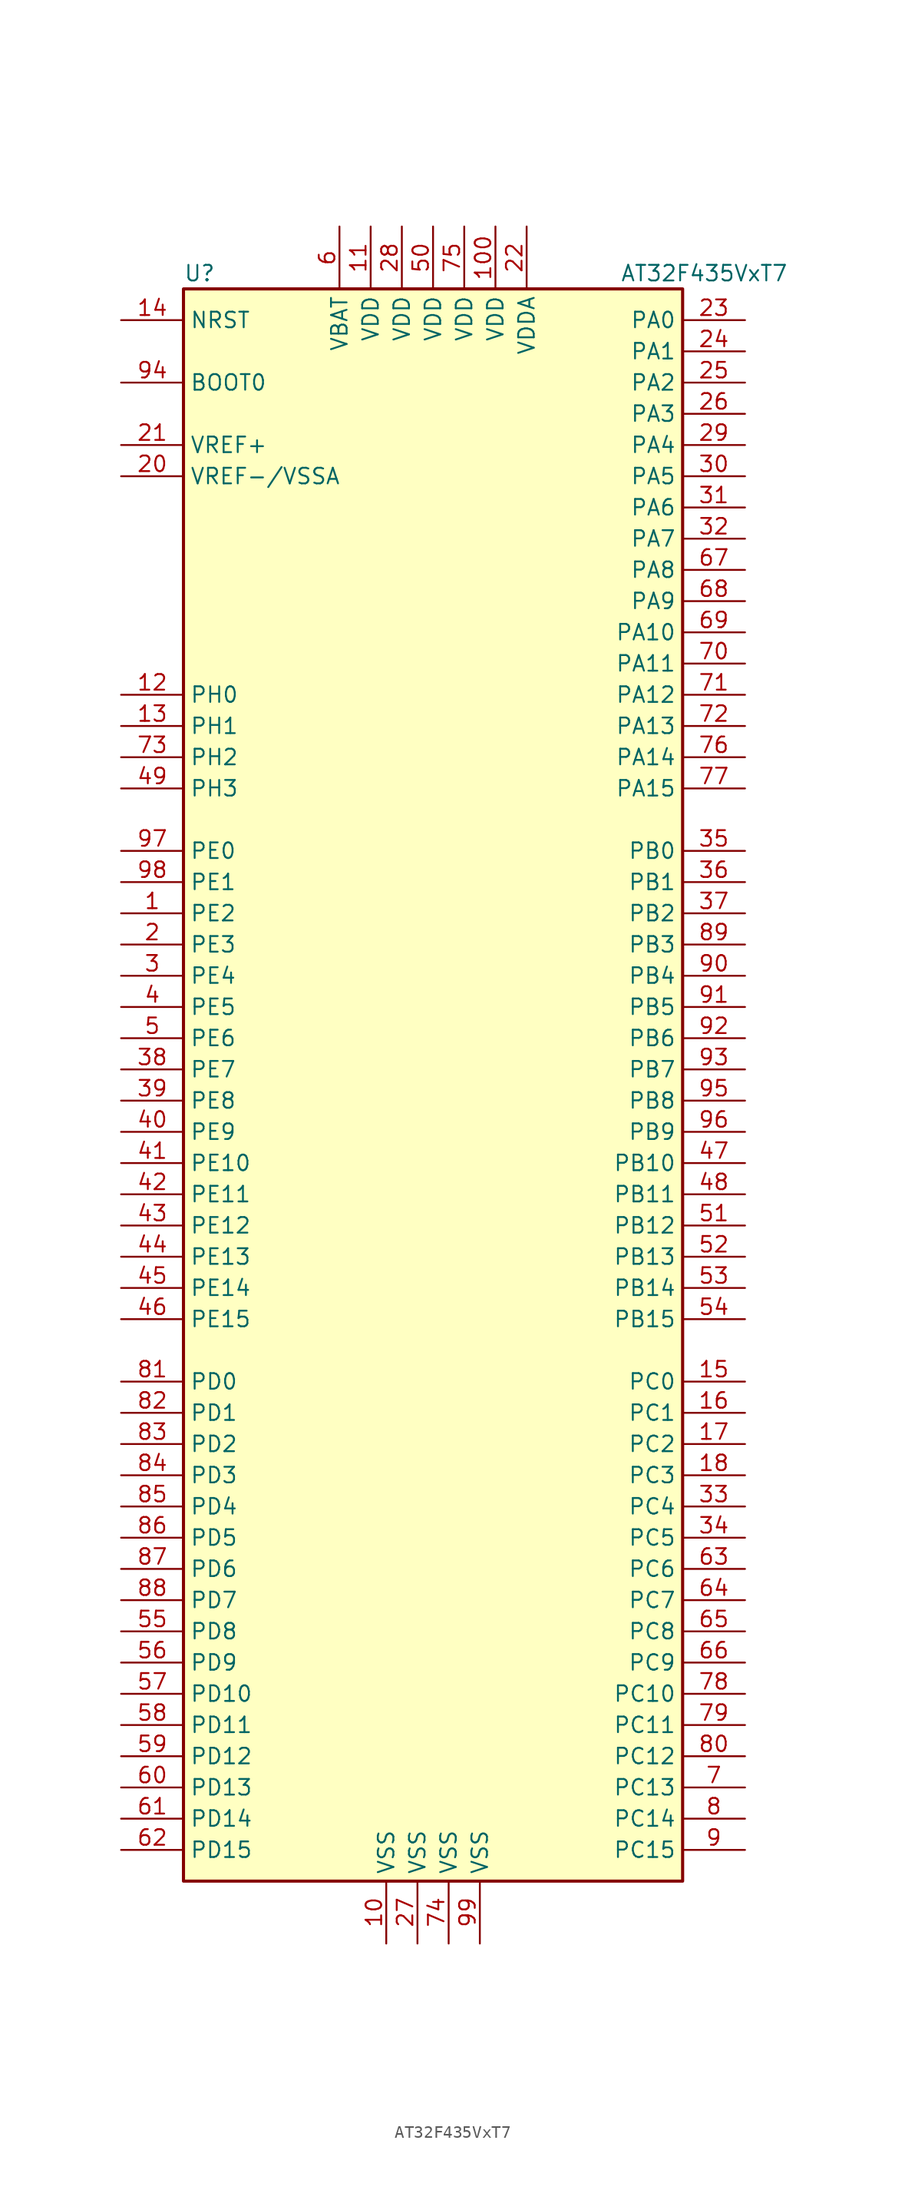
<source format=kicad_sym>
(kicad_symbol_lib
  (version 20220331)
  (generator kicad_symbol_editor)
  (symbol "AT32F435VxT7"
    (property "Reference" "U"
      (at -20.32 64.77 0)
      (effects (font (size 1.27 1.27)) (justify left)))
    (property "Value" "AT32F435VxT7"
      (at 15.24 64.77 0)
      (effects (font (size 1.27 1.27)) (justify left)))
    (symbol "AT32F435VxT7_0_1"
      (rectangle (start -20.32 63.5) (end 20.32 -66.04) (stroke (width 0.254) (type default)) (fill (type background))))
    (symbol "AT32F435VxT7_1_1"
      (pin bidirectional line (at -25.4 12.7 0) (length 5.08) (name "PE2" (effects (font (size 1.27 1.27)))) (number "1" (effects (font (size 1.27 1.27)))))
      (pin power_in line (at -3.81 -71.12 90) (length 5.08) (name "VSS" (effects (font (size 1.27 1.27)))) (number "10" (effects (font (size 1.27 1.27)))))
      (pin power_in line (at 5.08 68.58 270) (length 5.08) (name "VDD" (effects (font (size 1.27 1.27)))) (number "100" (effects (font (size 1.27 1.27)))))
      (pin power_in line (at -5.08 68.58 270) (length 5.08) (name "VDD" (effects (font (size 1.27 1.27)))) (number "11" (effects (font (size 1.27 1.27)))))
      (pin input line (at -25.4 30.48 0) (length 5.08) (name "PH0" (effects (font (size 1.27 1.27)))) (number "12" (effects (font (size 1.27 1.27)))))
      (pin input line (at -25.4 27.94 0) (length 5.08) (name "PH1" (effects (font (size 1.27 1.27)))) (number "13" (effects (font (size 1.27 1.27)))))
      (pin input line (at -25.4 60.96 0) (length 5.08) (name "NRST" (effects (font (size 1.27 1.27)))) (number "14" (effects (font (size 1.27 1.27)))))
      (pin bidirectional line (at 25.4 -25.4 180) (length 5.08) (name "PC0" (effects (font (size 1.27 1.27)))) (number "15" (effects (font (size 1.27 1.27)))))
      (pin bidirectional line (at 25.4 -27.94 180) (length 5.08) (name "PC1" (effects (font (size 1.27 1.27)))) (number "16" (effects (font (size 1.27 1.27)))))
      (pin bidirectional line (at 25.4 -30.48 180) (length 5.08) (name "PC2" (effects (font (size 1.27 1.27)))) (number "17" (effects (font (size 1.27 1.27)))))
      (pin bidirectional line (at 25.4 -33.02 180) (length 5.08) (name "PC3" (effects (font (size 1.27 1.27)))) (number "18" (effects (font (size 1.27 1.27)))))
      (pin no_connect line (at -25.4 38.1 0) (length 5.08) hide (name "NC" (effects (font (size 1.27 1.27)))) (number "19" (effects (font (size 1.27 1.27)))))
      (pin bidirectional line (at -25.4 10.16 0) (length 5.08) (name "PE3" (effects (font (size 1.27 1.27)))) (number "2" (effects (font (size 1.27 1.27)))))
      (pin power_in line (at -25.4 48.26 0) (length 5.08) (name "VREF-/VSSA" (effects (font (size 1.27 1.27)))) (number "20" (effects (font (size 1.27 1.27)))))
      (pin power_in line (at -25.4 50.8 0) (length 5.08) (name "VREF+" (effects (font (size 1.27 1.27)))) (number "21" (effects (font (size 1.27 1.27)))))
      (pin power_in line (at 7.62 68.58 270) (length 5.08) (name "VDDA" (effects (font (size 1.27 1.27)))) (number "22" (effects (font (size 1.27 1.27)))))
      (pin bidirectional line (at 25.4 60.96 180) (length 5.08) (name "PA0" (effects (font (size 1.27 1.27)))) (number "23" (effects (font (size 1.27 1.27)))))
      (pin bidirectional line (at 25.4 58.42 180) (length 5.08) (name "PA1" (effects (font (size 1.27 1.27)))) (number "24" (effects (font (size 1.27 1.27)))))
      (pin bidirectional line (at 25.4 55.88 180) (length 5.08) (name "PA2" (effects (font (size 1.27 1.27)))) (number "25" (effects (font (size 1.27 1.27)))))
      (pin bidirectional line (at 25.4 53.34 180) (length 5.08) (name "PA3" (effects (font (size 1.27 1.27)))) (number "26" (effects (font (size 1.27 1.27)))))
      (pin power_in line (at -1.27 -71.12 90) (length 5.08) (name "VSS" (effects (font (size 1.27 1.27)))) (number "27" (effects (font (size 1.27 1.27)))))
      (pin power_in line (at -2.54 68.58 270) (length 5.08) (name "VDD" (effects (font (size 1.27 1.27)))) (number "28" (effects (font (size 1.27 1.27)))))
      (pin bidirectional line (at 25.4 50.8 180) (length 5.08) (name "PA4" (effects (font (size 1.27 1.27)))) (number "29" (effects (font (size 1.27 1.27)))))
      (pin bidirectional line (at -25.4 7.62 0) (length 5.08) (name "PE4" (effects (font (size 1.27 1.27)))) (number "3" (effects (font (size 1.27 1.27)))))
      (pin bidirectional line (at 25.4 48.26 180) (length 5.08) (name "PA5" (effects (font (size 1.27 1.27)))) (number "30" (effects (font (size 1.27 1.27)))))
      (pin bidirectional line (at 25.4 45.72 180) (length 5.08) (name "PA6" (effects (font (size 1.27 1.27)))) (number "31" (effects (font (size 1.27 1.27)))))
      (pin bidirectional line (at 25.4 43.18 180) (length 5.08) (name "PA7" (effects (font (size 1.27 1.27)))) (number "32" (effects (font (size 1.27 1.27)))))
      (pin bidirectional line (at 25.4 -35.56 180) (length 5.08) (name "PC4" (effects (font (size 1.27 1.27)))) (number "33" (effects (font (size 1.27 1.27)))))
      (pin bidirectional line (at 25.4 -38.1 180) (length 5.08) (name "PC5" (effects (font (size 1.27 1.27)))) (number "34" (effects (font (size 1.27 1.27)))))
      (pin bidirectional line (at 25.4 17.78 180) (length 5.08) (name "PB0" (effects (font (size 1.27 1.27)))) (number "35" (effects (font (size 1.27 1.27)))))
      (pin bidirectional line (at 25.4 15.24 180) (length 5.08) (name "PB1" (effects (font (size 1.27 1.27)))) (number "36" (effects (font (size 1.27 1.27)))))
      (pin bidirectional line (at 25.4 12.7 180) (length 5.08) (name "PB2" (effects (font (size 1.27 1.27)))) (number "37" (effects (font (size 1.27 1.27)))))
      (pin bidirectional line (at -25.4 0 0) (length 5.08) (name "PE7" (effects (font (size 1.27 1.27)))) (number "38" (effects (font (size 1.27 1.27)))))
      (pin bidirectional line (at -25.4 -2.54 0) (length 5.08) (name "PE8" (effects (font (size 1.27 1.27)))) (number "39" (effects (font (size 1.27 1.27)))))
      (pin bidirectional line (at -25.4 5.08 0) (length 5.08) (name "PE5" (effects (font (size 1.27 1.27)))) (number "4" (effects (font (size 1.27 1.27)))))
      (pin bidirectional line (at -25.4 -5.08 0) (length 5.08) (name "PE9" (effects (font (size 1.27 1.27)))) (number "40" (effects (font (size 1.27 1.27)))))
      (pin bidirectional line (at -25.4 -7.62 0) (length 5.08) (name "PE10" (effects (font (size 1.27 1.27)))) (number "41" (effects (font (size 1.27 1.27)))))
      (pin bidirectional line (at -25.4 -10.16 0) (length 5.08) (name "PE11" (effects (font (size 1.27 1.27)))) (number "42" (effects (font (size 1.27 1.27)))))
      (pin bidirectional line (at -25.4 -12.7 0) (length 5.08) (name "PE12" (effects (font (size 1.27 1.27)))) (number "43" (effects (font (size 1.27 1.27)))))
      (pin bidirectional line (at -25.4 -15.24 0) (length 5.08) (name "PE13" (effects (font (size 1.27 1.27)))) (number "44" (effects (font (size 1.27 1.27)))))
      (pin bidirectional line (at -25.4 -17.78 0) (length 5.08) (name "PE14" (effects (font (size 1.27 1.27)))) (number "45" (effects (font (size 1.27 1.27)))))
      (pin bidirectional line (at -25.4 -20.32 0) (length 5.08) (name "PE15" (effects (font (size 1.27 1.27)))) (number "46" (effects (font (size 1.27 1.27)))))
      (pin bidirectional line (at 25.4 -7.62 180) (length 5.08) (name "PB10" (effects (font (size 1.27 1.27)))) (number "47" (effects (font (size 1.27 1.27)))))
      (pin bidirectional line (at 25.4 -10.16 180) (length 5.08) (name "PB11" (effects (font (size 1.27 1.27)))) (number "48" (effects (font (size 1.27 1.27)))))
      (pin bidirectional line (at -25.4 22.86 0) (length 5.08) (name "PH3" (effects (font (size 1.27 1.27)))) (number "49" (effects (font (size 1.27 1.27)))))
      (pin bidirectional line (at -25.4 2.54 0) (length 5.08) (name "PE6" (effects (font (size 1.27 1.27)))) (number "5" (effects (font (size 1.27 1.27)))))
      (pin power_in line (at 0 68.58 270) (length 5.08) (name "VDD" (effects (font (size 1.27 1.27)))) (number "50" (effects (font (size 1.27 1.27)))))
      (pin bidirectional line (at 25.4 -12.7 180) (length 5.08) (name "PB12" (effects (font (size 1.27 1.27)))) (number "51" (effects (font (size 1.27 1.27)))))
      (pin bidirectional line (at 25.4 -15.24 180) (length 5.08) (name "PB13" (effects (font (size 1.27 1.27)))) (number "52" (effects (font (size 1.27 1.27)))))
      (pin bidirectional line (at 25.4 -17.78 180) (length 5.08) (name "PB14" (effects (font (size 1.27 1.27)))) (number "53" (effects (font (size 1.27 1.27)))))
      (pin bidirectional line (at 25.4 -20.32 180) (length 5.08) (name "PB15" (effects (font (size 1.27 1.27)))) (number "54" (effects (font (size 1.27 1.27)))))
      (pin bidirectional line (at -25.4 -45.72 0) (length 5.08) (name "PD8" (effects (font (size 1.27 1.27)))) (number "55" (effects (font (size 1.27 1.27)))))
      (pin bidirectional line (at -25.4 -48.26 0) (length 5.08) (name "PD9" (effects (font (size 1.27 1.27)))) (number "56" (effects (font (size 1.27 1.27)))))
      (pin bidirectional line (at -25.4 -50.8 0) (length 5.08) (name "PD10" (effects (font (size 1.27 1.27)))) (number "57" (effects (font (size 1.27 1.27)))))
      (pin bidirectional line (at -25.4 -53.34 0) (length 5.08) (name "PD11" (effects (font (size 1.27 1.27)))) (number "58" (effects (font (size 1.27 1.27)))))
      (pin bidirectional line (at -25.4 -55.88 0) (length 5.08) (name "PD12" (effects (font (size 1.27 1.27)))) (number "59" (effects (font (size 1.27 1.27)))))
      (pin power_in line (at -7.62 68.58 270) (length 5.08) (name "VBAT" (effects (font (size 1.27 1.27)))) (number "6" (effects (font (size 1.27 1.27)))))
      (pin bidirectional line (at -25.4 -58.42 0) (length 5.08) (name "PD13" (effects (font (size 1.27 1.27)))) (number "60" (effects (font (size 1.27 1.27)))))
      (pin bidirectional line (at -25.4 -60.96 0) (length 5.08) (name "PD14" (effects (font (size 1.27 1.27)))) (number "61" (effects (font (size 1.27 1.27)))))
      (pin bidirectional line (at -25.4 -63.5 0) (length 5.08) (name "PD15" (effects (font (size 1.27 1.27)))) (number "62" (effects (font (size 1.27 1.27)))))
      (pin bidirectional line (at 25.4 -40.64 180) (length 5.08) (name "PC6" (effects (font (size 1.27 1.27)))) (number "63" (effects (font (size 1.27 1.27)))))
      (pin bidirectional line (at 25.4 -43.18 180) (length 5.08) (name "PC7" (effects (font (size 1.27 1.27)))) (number "64" (effects (font (size 1.27 1.27)))))
      (pin bidirectional line (at 25.4 -45.72 180) (length 5.08) (name "PC8" (effects (font (size 1.27 1.27)))) (number "65" (effects (font (size 1.27 1.27)))))
      (pin bidirectional line (at 25.4 -48.26 180) (length 5.08) (name "PC9" (effects (font (size 1.27 1.27)))) (number "66" (effects (font (size 1.27 1.27)))))
      (pin bidirectional line (at 25.4 40.64 180) (length 5.08) (name "PA8" (effects (font (size 1.27 1.27)))) (number "67" (effects (font (size 1.27 1.27)))))
      (pin bidirectional line (at 25.4 38.1 180) (length 5.08) (name "PA9" (effects (font (size 1.27 1.27)))) (number "68" (effects (font (size 1.27 1.27)))))
      (pin bidirectional line (at 25.4 35.56 180) (length 5.08) (name "PA10" (effects (font (size 1.27 1.27)))) (number "69" (effects (font (size 1.27 1.27)))))
      (pin bidirectional line (at 25.4 -58.42 180) (length 5.08) (name "PC13" (effects (font (size 1.27 1.27)))) (number "7" (effects (font (size 1.27 1.27)))))
      (pin bidirectional line (at 25.4 33.02 180) (length 5.08) (name "PA11" (effects (font (size 1.27 1.27)))) (number "70" (effects (font (size 1.27 1.27)))))
      (pin bidirectional line (at 25.4 30.48 180) (length 5.08) (name "PA12" (effects (font (size 1.27 1.27)))) (number "71" (effects (font (size 1.27 1.27)))))
      (pin bidirectional line (at 25.4 27.94 180) (length 5.08) (name "PA13" (effects (font (size 1.27 1.27)))) (number "72" (effects (font (size 1.27 1.27)))))
      (pin bidirectional line (at -25.4 25.4 0) (length 5.08) (name "PH2" (effects (font (size 1.27 1.27)))) (number "73" (effects (font (size 1.27 1.27)))))
      (pin power_in line (at 1.27 -71.12 90) (length 5.08) (name "VSS" (effects (font (size 1.27 1.27)))) (number "74" (effects (font (size 1.27 1.27)))))
      (pin power_in line (at 2.54 68.58 270) (length 5.08) (name "VDD" (effects (font (size 1.27 1.27)))) (number "75" (effects (font (size 1.27 1.27)))))
      (pin bidirectional line (at 25.4 25.4 180) (length 5.08) (name "PA14" (effects (font (size 1.27 1.27)))) (number "76" (effects (font (size 1.27 1.27)))))
      (pin bidirectional line (at 25.4 22.86 180) (length 5.08) (name "PA15" (effects (font (size 1.27 1.27)))) (number "77" (effects (font (size 1.27 1.27)))))
      (pin bidirectional line (at 25.4 -50.8 180) (length 5.08) (name "PC10" (effects (font (size 1.27 1.27)))) (number "78" (effects (font (size 1.27 1.27)))))
      (pin bidirectional line (at 25.4 -53.34 180) (length 5.08) (name "PC11" (effects (font (size 1.27 1.27)))) (number "79" (effects (font (size 1.27 1.27)))))
      (pin bidirectional line (at 25.4 -60.96 180) (length 5.08) (name "PC14" (effects (font (size 1.27 1.27)))) (number "8" (effects (font (size 1.27 1.27)))))
      (pin bidirectional line (at 25.4 -55.88 180) (length 5.08) (name "PC12" (effects (font (size 1.27 1.27)))) (number "80" (effects (font (size 1.27 1.27)))))
      (pin bidirectional line (at -25.4 -25.4 0) (length 5.08) (name "PD0" (effects (font (size 1.27 1.27)))) (number "81" (effects (font (size 1.27 1.27)))))
      (pin bidirectional line (at -25.4 -27.94 0) (length 5.08) (name "PD1" (effects (font (size 1.27 1.27)))) (number "82" (effects (font (size 1.27 1.27)))))
      (pin bidirectional line (at -25.4 -30.48 0) (length 5.08) (name "PD2" (effects (font (size 1.27 1.27)))) (number "83" (effects (font (size 1.27 1.27)))))
      (pin bidirectional line (at -25.4 -33.02 0) (length 5.08) (name "PD3" (effects (font (size 1.27 1.27)))) (number "84" (effects (font (size 1.27 1.27)))))
      (pin bidirectional line (at -25.4 -35.56 0) (length 5.08) (name "PD4" (effects (font (size 1.27 1.27)))) (number "85" (effects (font (size 1.27 1.27)))))
      (pin bidirectional line (at -25.4 -38.1 0) (length 5.08) (name "PD5" (effects (font (size 1.27 1.27)))) (number "86" (effects (font (size 1.27 1.27)))))
      (pin bidirectional line (at -25.4 -40.64 0) (length 5.08) (name "PD6" (effects (font (size 1.27 1.27)))) (number "87" (effects (font (size 1.27 1.27)))))
      (pin bidirectional line (at -25.4 -43.18 0) (length 5.08) (name "PD7" (effects (font (size 1.27 1.27)))) (number "88" (effects (font (size 1.27 1.27)))))
      (pin bidirectional line (at 25.4 10.16 180) (length 5.08) (name "PB3" (effects (font (size 1.27 1.27)))) (number "89" (effects (font (size 1.27 1.27)))))
      (pin bidirectional line (at 25.4 -63.5 180) (length 5.08) (name "PC15" (effects (font (size 1.27 1.27)))) (number "9" (effects (font (size 1.27 1.27)))))
      (pin bidirectional line (at 25.4 7.62 180) (length 5.08) (name "PB4" (effects (font (size 1.27 1.27)))) (number "90" (effects (font (size 1.27 1.27)))))
      (pin bidirectional line (at 25.4 5.08 180) (length 5.08) (name "PB5" (effects (font (size 1.27 1.27)))) (number "91" (effects (font (size 1.27 1.27)))))
      (pin bidirectional line (at 25.4 2.54 180) (length 5.08) (name "PB6" (effects (font (size 1.27 1.27)))) (number "92" (effects (font (size 1.27 1.27)))))
      (pin bidirectional line (at 25.4 0 180) (length 5.08) (name "PB7" (effects (font (size 1.27 1.27)))) (number "93" (effects (font (size 1.27 1.27)))))
      (pin input line (at -25.4 55.88 0) (length 5.08) (name "BOOT0" (effects (font (size 1.27 1.27)))) (number "94" (effects (font (size 1.27 1.27)))))
      (pin bidirectional line (at 25.4 -2.54 180) (length 5.08) (name "PB8" (effects (font (size 1.27 1.27)))) (number "95" (effects (font (size 1.27 1.27)))))
      (pin bidirectional line (at 25.4 -5.08 180) (length 5.08) (name "PB9" (effects (font (size 1.27 1.27)))) (number "96" (effects (font (size 1.27 1.27)))))
      (pin bidirectional line (at -25.4 17.78 0) (length 5.08) (name "PE0" (effects (font (size 1.27 1.27)))) (number "97" (effects (font (size 1.27 1.27)))))
      (pin bidirectional line (at -25.4 15.24 0) (length 5.08) (name "PE1" (effects (font (size 1.27 1.27)))) (number "98" (effects (font (size 1.27 1.27)))))
      (pin power_in line (at 3.81 -71.12 90) (length 5.08) (name "VSS" (effects (font (size 1.27 1.27)))) (number "99" (effects (font (size 1.27 1.27))))))))
</source>
